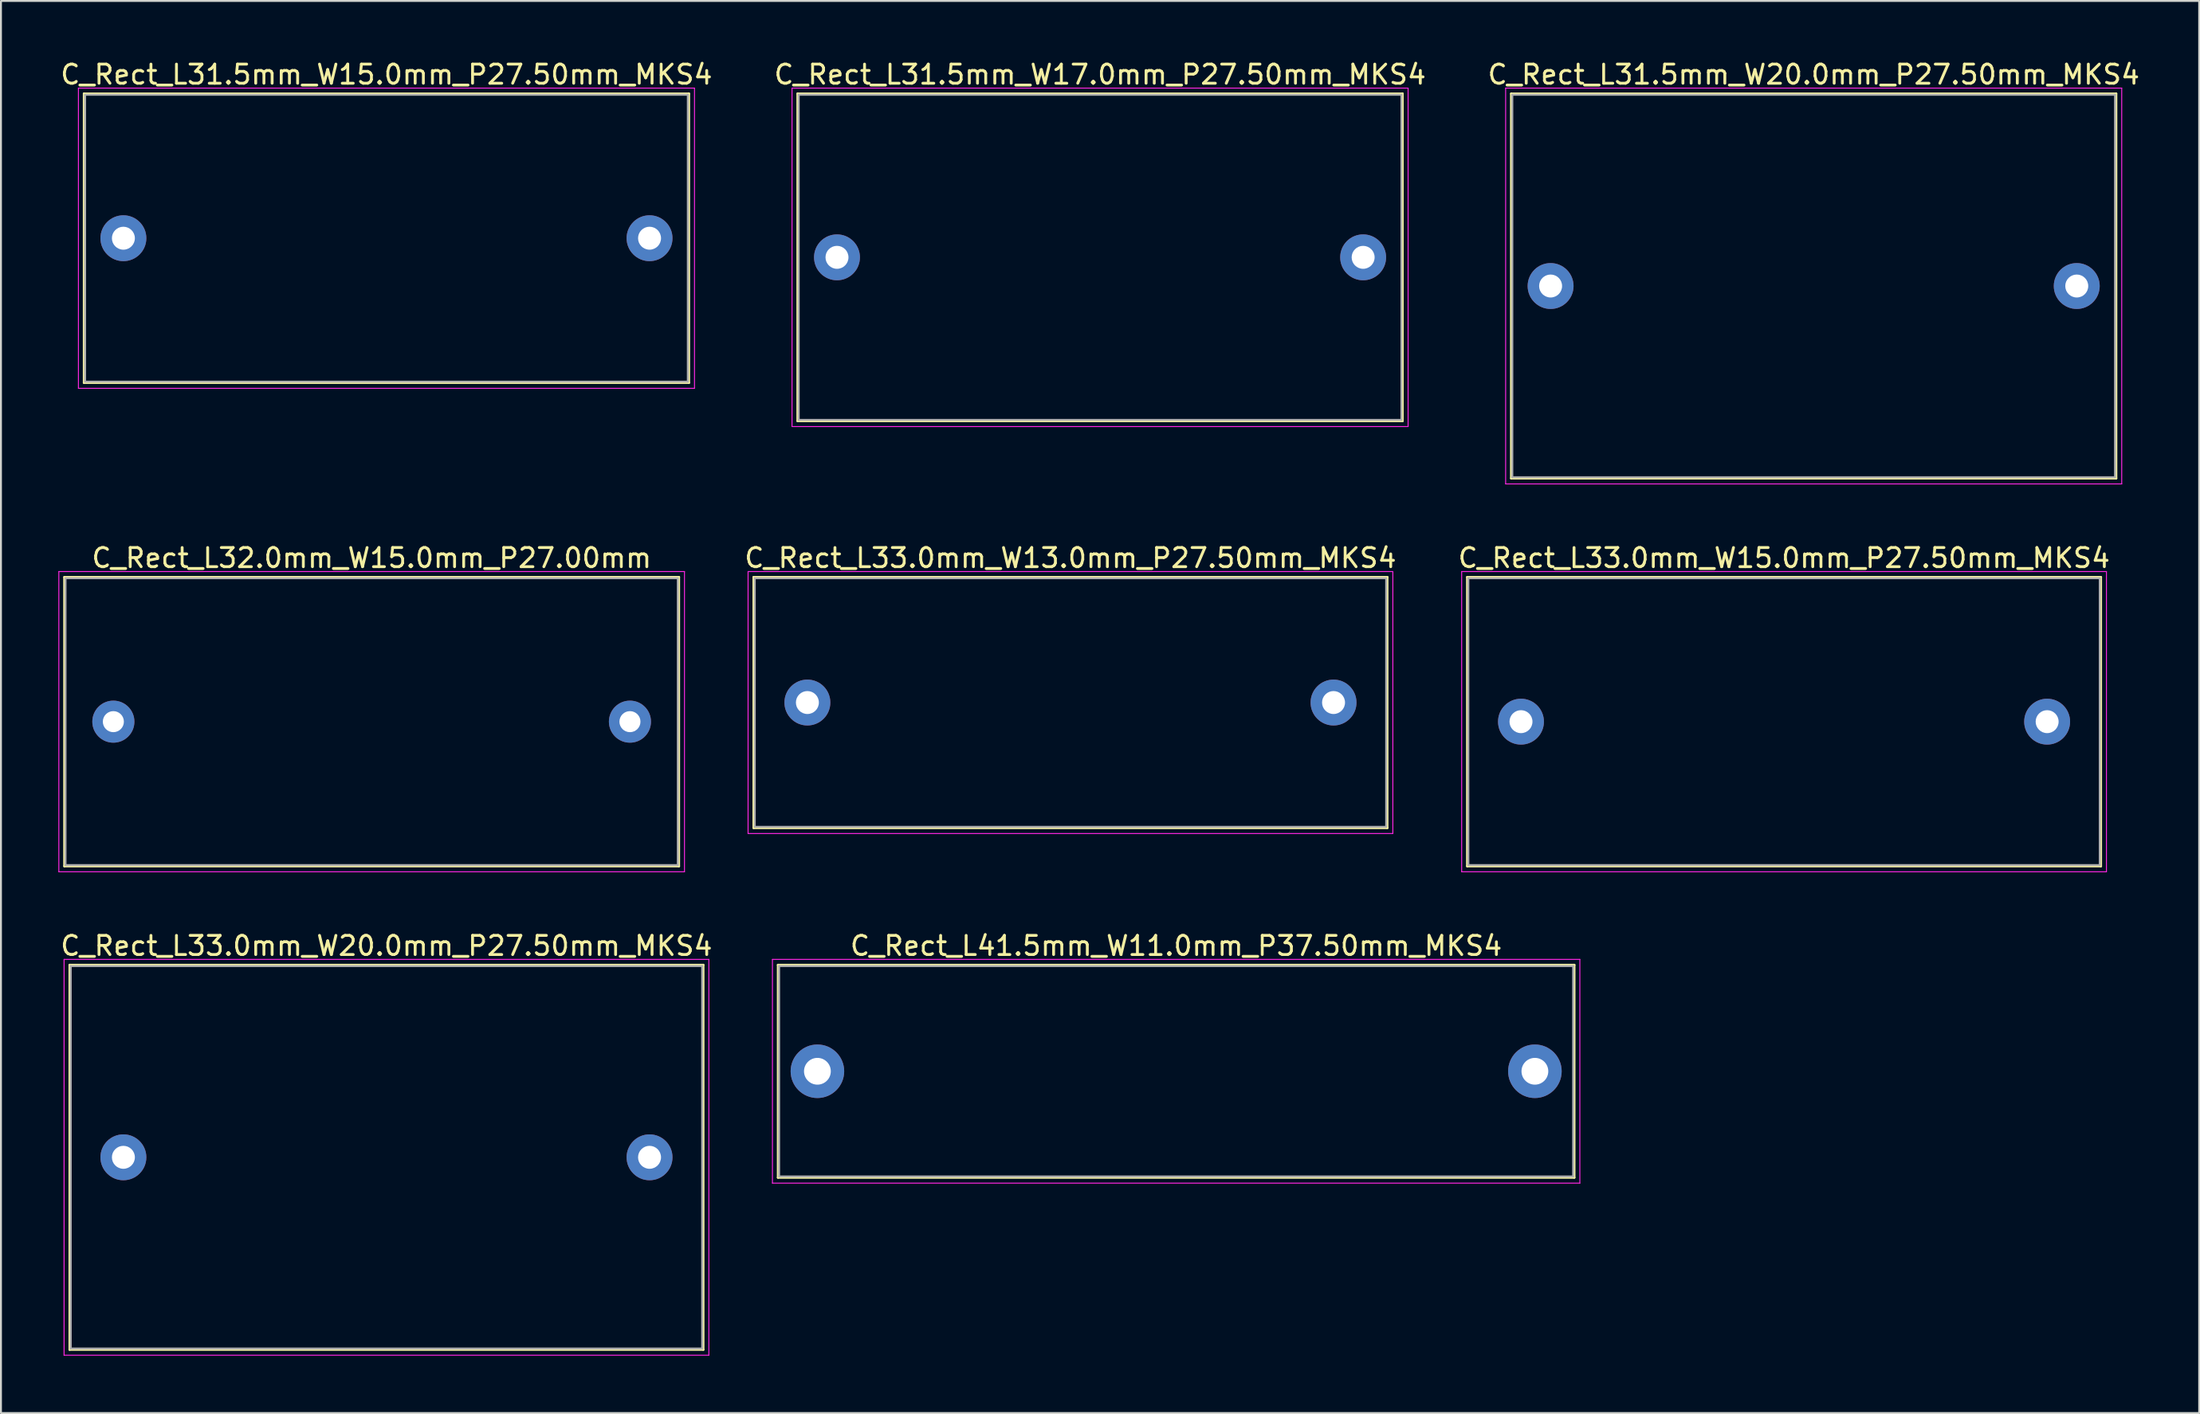
<source format=kicad_pcb>
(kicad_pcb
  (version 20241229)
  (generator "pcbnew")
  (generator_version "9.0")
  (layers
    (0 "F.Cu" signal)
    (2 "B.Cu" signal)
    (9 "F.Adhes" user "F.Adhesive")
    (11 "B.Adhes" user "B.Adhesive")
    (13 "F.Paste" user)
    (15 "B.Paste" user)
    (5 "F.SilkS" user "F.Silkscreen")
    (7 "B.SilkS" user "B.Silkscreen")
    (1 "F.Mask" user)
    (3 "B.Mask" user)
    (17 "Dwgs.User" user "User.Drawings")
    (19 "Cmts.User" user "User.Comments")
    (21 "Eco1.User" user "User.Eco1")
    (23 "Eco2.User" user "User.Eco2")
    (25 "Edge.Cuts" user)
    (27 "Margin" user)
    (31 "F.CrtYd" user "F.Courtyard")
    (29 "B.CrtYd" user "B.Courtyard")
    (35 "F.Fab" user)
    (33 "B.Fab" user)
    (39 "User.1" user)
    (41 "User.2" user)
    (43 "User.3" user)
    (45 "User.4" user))
  (footprint "C_Rect_L33.0mm_W20.0mm_P27.50mm_MKS4"
    (layer "F.Cu")
    (at 3.399 57.475)
    (property "Reference" "C_Rect_L33.0mm_W20.0mm_P27.50mm_MKS4" (at 13.75 -11.06 0) (layer "F.SilkS") (effects (font (size 1 1) (thickness 0.15))))
    (attr through_hole)
    (fp_line (start -2.81 -10.06) (end -2.81 10.06) (stroke (width 0.12) (type solid)) (layer "F.SilkS"))
    (fp_line (start -2.81 -10.06) (end 30.31 -10.06) (stroke (width 0.12) (type solid)) (layer "F.SilkS"))
    (fp_line (start -2.81 10.06) (end 30.31 10.06) (stroke (width 0.12) (type solid)) (layer "F.SilkS"))
    (fp_line (start 30.31 -10.06) (end 30.31 10.06) (stroke (width 0.12) (type solid)) (layer "F.SilkS"))
    (fp_line (start -3.1 -10.35) (end -3.1 10.35) (stroke (width 0.05) (type solid)) (layer "F.CrtYd"))
    (fp_line (start -3.1 10.35) (end 30.6 10.35) (stroke (width 0.05) (type solid)) (layer "F.CrtYd"))
    (fp_line (start 30.6 -10.35) (end -3.1 -10.35) (stroke (width 0.05) (type solid)) (layer "F.CrtYd"))
    (fp_line (start 30.6 10.35) (end 30.6 -10.35) (stroke (width 0.05) (type solid)) (layer "F.CrtYd"))
    (fp_line (start -2.75 -10) (end -2.75 10) (stroke (width 0.1) (type solid)) (layer "F.Fab"))
    (fp_line (start -2.75 10) (end 30.25 10) (stroke (width 0.1) (type solid)) (layer "F.Fab"))
    (fp_line (start 30.25 -10) (end -2.75 -10) (stroke (width 0.1) (type solid)) (layer "F.Fab"))
    (fp_line (start 30.25 10) (end 30.25 -10) (stroke (width 0.1) (type solid)) (layer "F.Fab"))
    (pad "1" thru_hole circle (at 0 0) (size 2.4 2.4) (drill 1.2) (layers "*.Cu" "*.Mask"))
    (pad "2" thru_hole circle (at 27.5 0) (size 2.4 2.4) (drill 1.2) (layers "*.Cu" "*.Mask")))
  (footprint "C_Rect_L33.0mm_W15.0mm_P27.50mm_MKS4"
    (layer "F.Cu")
    (at 76.446 34.691)
    (property "Reference" "C_Rect_L33.0mm_W15.0mm_P27.50mm_MKS4" (at 13.75 -8.56 0) (layer "F.SilkS") (effects (font (size 1 1) (thickness 0.15))))
    (attr through_hole)
    (fp_line (start -2.81 -7.56) (end -2.81 7.56) (stroke (width 0.12) (type solid)) (layer "F.SilkS"))
    (fp_line (start -2.81 -7.56) (end 30.31 -7.56) (stroke (width 0.12) (type solid)) (layer "F.SilkS"))
    (fp_line (start -2.81 7.56) (end 30.31 7.56) (stroke (width 0.12) (type solid)) (layer "F.SilkS"))
    (fp_line (start 30.31 -7.56) (end 30.31 7.56) (stroke (width 0.12) (type solid)) (layer "F.SilkS"))
    (fp_line (start -3.1 -7.85) (end -3.1 7.85) (stroke (width 0.05) (type solid)) (layer "F.CrtYd"))
    (fp_line (start -3.1 7.85) (end 30.6 7.85) (stroke (width 0.05) (type solid)) (layer "F.CrtYd"))
    (fp_line (start 30.6 -7.85) (end -3.1 -7.85) (stroke (width 0.05) (type solid)) (layer "F.CrtYd"))
    (fp_line (start 30.6 7.85) (end 30.6 -7.85) (stroke (width 0.05) (type solid)) (layer "F.CrtYd"))
    (fp_line (start -2.75 -7.5) (end -2.75 7.5) (stroke (width 0.1) (type solid)) (layer "F.Fab"))
    (fp_line (start -2.75 7.5) (end 30.25 7.5) (stroke (width 0.1) (type solid)) (layer "F.Fab"))
    (fp_line (start 30.25 -7.5) (end -2.75 -7.5) (stroke (width 0.1) (type solid)) (layer "F.Fab"))
    (fp_line (start 30.25 7.5) (end 30.25 -7.5) (stroke (width 0.1) (type solid)) (layer "F.Fab"))
    (pad "1" thru_hole circle (at 0 0) (size 2.4 2.4) (drill 1.2) (layers "*.Cu" "*.Mask"))
    (pad "2" thru_hole circle (at 27.5 0) (size 2.4 2.4) (drill 1.2) (layers "*.Cu" "*.Mask")))
  (footprint "C_Rect_L31.5mm_W17.0mm_P27.50mm_MKS4"
    (layer "F.Cu")
    (at 40.696 10.408)
    (property "Reference" "C_Rect_L31.5mm_W17.0mm_P27.50mm_MKS4" (at 13.75 -9.56 0) (layer "F.SilkS") (effects (font (size 1 1) (thickness 0.15))))
    (attr through_hole)
    (fp_line (start -2.06 -8.56) (end -2.06 8.56) (stroke (width 0.12) (type solid)) (layer "F.SilkS"))
    (fp_line (start -2.06 -8.56) (end 29.56 -8.56) (stroke (width 0.12) (type solid)) (layer "F.SilkS"))
    (fp_line (start -2.06 8.56) (end 29.56 8.56) (stroke (width 0.12) (type solid)) (layer "F.SilkS"))
    (fp_line (start 29.56 -8.56) (end 29.56 8.56) (stroke (width 0.12) (type solid)) (layer "F.SilkS"))
    (fp_line (start -2.35 -8.85) (end -2.35 8.85) (stroke (width 0.05) (type solid)) (layer "F.CrtYd"))
    (fp_line (start -2.35 8.85) (end 29.85 8.85) (stroke (width 0.05) (type solid)) (layer "F.CrtYd"))
    (fp_line (start 29.85 -8.85) (end -2.35 -8.85) (stroke (width 0.05) (type solid)) (layer "F.CrtYd"))
    (fp_line (start 29.85 8.85) (end 29.85 -8.85) (stroke (width 0.05) (type solid)) (layer "F.CrtYd"))
    (fp_line (start -2 -8.5) (end -2 8.5) (stroke (width 0.1) (type solid)) (layer "F.Fab"))
    (fp_line (start -2 8.5) (end 29.5 8.5) (stroke (width 0.1) (type solid)) (layer "F.Fab"))
    (fp_line (start 29.5 -8.5) (end -2 -8.5) (stroke (width 0.1) (type solid)) (layer "F.Fab"))
    (fp_line (start 29.5 8.5) (end 29.5 -8.5) (stroke (width 0.1) (type solid)) (layer "F.Fab"))
    (pad "1" thru_hole circle (at 0 0) (size 2.4 2.4) (drill 1.2) (layers "*.Cu" "*.Mask"))
    (pad "2" thru_hole circle (at 27.5 0) (size 2.4 2.4) (drill 1.2) (layers "*.Cu" "*.Mask")))
  (footprint "C_Rect_L32.0mm_W15.0mm_P27.00mm"
    (layer "F.Cu")
    (at 2.875 34.691)
    (property "Reference" "C_Rect_L32.0mm_W15.0mm_P27.00mm" (at 13.5 -8.56 0) (layer "F.SilkS") (effects (font (size 1 1) (thickness 0.15))))
    (attr through_hole)
    (fp_line (start -2.56 -7.56) (end -2.56 7.56) (stroke (width 0.12) (type solid)) (layer "F.SilkS"))
    (fp_line (start -2.56 -7.56) (end 29.56 -7.56) (stroke (width 0.12) (type solid)) (layer "F.SilkS"))
    (fp_line (start -2.56 7.56) (end 29.56 7.56) (stroke (width 0.12) (type solid)) (layer "F.SilkS"))
    (fp_line (start 29.56 -7.56) (end 29.56 7.56) (stroke (width 0.12) (type solid)) (layer "F.SilkS"))
    (fp_line (start -2.85 -7.85) (end -2.85 7.85) (stroke (width 0.05) (type solid)) (layer "F.CrtYd"))
    (fp_line (start -2.85 7.85) (end 29.85 7.85) (stroke (width 0.05) (type solid)) (layer "F.CrtYd"))
    (fp_line (start 29.85 -7.85) (end -2.85 -7.85) (stroke (width 0.05) (type solid)) (layer "F.CrtYd"))
    (fp_line (start 29.85 7.85) (end 29.85 -7.85) (stroke (width 0.05) (type solid)) (layer "F.CrtYd"))
    (fp_line (start -2.5 -7.5) (end -2.5 7.5) (stroke (width 0.1) (type solid)) (layer "F.Fab"))
    (fp_line (start -2.5 7.5) (end 29.5 7.5) (stroke (width 0.1) (type solid)) (layer "F.Fab"))
    (fp_line (start 29.5 -7.5) (end -2.5 -7.5) (stroke (width 0.1) (type solid)) (layer "F.Fab"))
    (fp_line (start 29.5 7.5) (end 29.5 -7.5) (stroke (width 0.1) (type solid)) (layer "F.Fab"))
    (pad "1" thru_hole circle (at 0 0) (size 2.2 2.2) (drill 1.1) (layers "*.Cu" "*.Mask"))
    (pad "2" thru_hole circle (at 27 0) (size 2.2 2.2) (drill 1.1) (layers "*.Cu" "*.Mask")))
  (footprint "C_Rect_L33.0mm_W13.0mm_P27.50mm_MKS4"
    (layer "F.Cu")
    (at 39.149 33.691)
    (property "Reference" "C_Rect_L33.0mm_W13.0mm_P27.50mm_MKS4" (at 13.75 -7.56 0) (layer "F.SilkS") (effects (font (size 1 1) (thickness 0.15))))
    (attr through_hole)
    (fp_line (start -2.81 -6.56) (end -2.81 6.56) (stroke (width 0.12) (type solid)) (layer "F.SilkS"))
    (fp_line (start -2.81 -6.56) (end 30.31 -6.56) (stroke (width 0.12) (type solid)) (layer "F.SilkS"))
    (fp_line (start -2.81 6.56) (end 30.31 6.56) (stroke (width 0.12) (type solid)) (layer "F.SilkS"))
    (fp_line (start 30.31 -6.56) (end 30.31 6.56) (stroke (width 0.12) (type solid)) (layer "F.SilkS"))
    (fp_line (start -3.1 -6.85) (end -3.1 6.85) (stroke (width 0.05) (type solid)) (layer "F.CrtYd"))
    (fp_line (start -3.1 6.85) (end 30.6 6.85) (stroke (width 0.05) (type solid)) (layer "F.CrtYd"))
    (fp_line (start 30.6 -6.85) (end -3.1 -6.85) (stroke (width 0.05) (type solid)) (layer "F.CrtYd"))
    (fp_line (start 30.6 6.85) (end 30.6 -6.85) (stroke (width 0.05) (type solid)) (layer "F.CrtYd"))
    (fp_line (start -2.75 -6.5) (end -2.75 6.5) (stroke (width 0.1) (type solid)) (layer "F.Fab"))
    (fp_line (start -2.75 6.5) (end 30.25 6.5) (stroke (width 0.1) (type solid)) (layer "F.Fab"))
    (fp_line (start 30.25 -6.5) (end -2.75 -6.5) (stroke (width 0.1) (type solid)) (layer "F.Fab"))
    (fp_line (start 30.25 6.5) (end 30.25 -6.5) (stroke (width 0.1) (type solid)) (layer "F.Fab"))
    (pad "1" thru_hole circle (at 0 0) (size 2.4 2.4) (drill 1.2) (layers "*.Cu" "*.Mask"))
    (pad "2" thru_hole circle (at 27.5 0) (size 2.4 2.4) (drill 1.2) (layers "*.Cu" "*.Mask")))
  (footprint "C_Rect_L41.5mm_W11.0mm_P37.50mm_MKS4"
    (layer "F.Cu")
    (at 39.673 52.975)
    (property "Reference" "C_Rect_L41.5mm_W11.0mm_P37.50mm_MKS4" (at 18.75 -6.56 0) (layer "F.SilkS") (effects (font (size 1 1) (thickness 0.15))))
    (attr through_hole)
    (fp_line (start -2.06 -5.56) (end -2.06 5.56) (stroke (width 0.12) (type solid)) (layer "F.SilkS"))
    (fp_line (start -2.06 -5.56) (end 39.56 -5.56) (stroke (width 0.12) (type solid)) (layer "F.SilkS"))
    (fp_line (start -2.06 5.56) (end 39.56 5.56) (stroke (width 0.12) (type solid)) (layer "F.SilkS"))
    (fp_line (start 39.56 -5.56) (end 39.56 5.56) (stroke (width 0.12) (type solid)) (layer "F.SilkS"))
    (fp_line (start -2.35 -5.85) (end -2.35 5.85) (stroke (width 0.05) (type solid)) (layer "F.CrtYd"))
    (fp_line (start -2.35 5.85) (end 39.85 5.85) (stroke (width 0.05) (type solid)) (layer "F.CrtYd"))
    (fp_line (start 39.85 -5.85) (end -2.35 -5.85) (stroke (width 0.05) (type solid)) (layer "F.CrtYd"))
    (fp_line (start 39.85 5.85) (end 39.85 -5.85) (stroke (width 0.05) (type solid)) (layer "F.CrtYd"))
    (fp_line (start -2 -5.5) (end -2 5.5) (stroke (width 0.1) (type solid)) (layer "F.Fab"))
    (fp_line (start -2 5.5) (end 39.5 5.5) (stroke (width 0.1) (type solid)) (layer "F.Fab"))
    (fp_line (start 39.5 -5.5) (end -2 -5.5) (stroke (width 0.1) (type solid)) (layer "F.Fab"))
    (fp_line (start 39.5 5.5) (end 39.5 -5.5) (stroke (width 0.1) (type solid)) (layer "F.Fab"))
    (pad "1" thru_hole circle (at 0 0) (size 2.8 2.8) (drill 1.4) (layers "*.Cu" "*.Mask"))
    (pad "2" thru_hole circle (at 37.5 0) (size 2.8 2.8) (drill 1.4) (layers "*.Cu" "*.Mask")))
  (footprint "C_Rect_L31.5mm_W15.0mm_P27.50mm_MKS4"
    (layer "F.Cu")
    (at 3.399 9.408)
    (property "Reference" "C_Rect_L31.5mm_W15.0mm_P27.50mm_MKS4" (at 13.75 -8.56 0) (layer "F.SilkS") (effects (font (size 1 1) (thickness 0.15))))
    (attr through_hole)
    (fp_line (start -2.06 -7.56) (end -2.06 7.56) (stroke (width 0.12) (type solid)) (layer "F.SilkS"))
    (fp_line (start -2.06 -7.56) (end 29.56 -7.56) (stroke (width 0.12) (type solid)) (layer "F.SilkS"))
    (fp_line (start -2.06 7.56) (end 29.56 7.56) (stroke (width 0.12) (type solid)) (layer "F.SilkS"))
    (fp_line (start 29.56 -7.56) (end 29.56 7.56) (stroke (width 0.12) (type solid)) (layer "F.SilkS"))
    (fp_line (start -2.35 -7.85) (end -2.35 7.85) (stroke (width 0.05) (type solid)) (layer "F.CrtYd"))
    (fp_line (start -2.35 7.85) (end 29.85 7.85) (stroke (width 0.05) (type solid)) (layer "F.CrtYd"))
    (fp_line (start 29.85 -7.85) (end -2.35 -7.85) (stroke (width 0.05) (type solid)) (layer "F.CrtYd"))
    (fp_line (start 29.85 7.85) (end 29.85 -7.85) (stroke (width 0.05) (type solid)) (layer "F.CrtYd"))
    (fp_line (start -2 -7.5) (end -2 7.5) (stroke (width 0.1) (type solid)) (layer "F.Fab"))
    (fp_line (start -2 7.5) (end 29.5 7.5) (stroke (width 0.1) (type solid)) (layer "F.Fab"))
    (fp_line (start 29.5 -7.5) (end -2 -7.5) (stroke (width 0.1) (type solid)) (layer "F.Fab"))
    (fp_line (start 29.5 7.5) (end 29.5 -7.5) (stroke (width 0.1) (type solid)) (layer "F.Fab"))
    (pad "1" thru_hole circle (at 0 0) (size 2.4 2.4) (drill 1.2) (layers "*.Cu" "*.Mask"))
    (pad "2" thru_hole circle (at 27.5 0) (size 2.4 2.4) (drill 1.2) (layers "*.Cu" "*.Mask")))
  (footprint "C_Rect_L31.5mm_W20.0mm_P27.50mm_MKS4"
    (layer "F.Cu")
    (at 77.994 11.908)
    (property "Reference" "C_Rect_L31.5mm_W20.0mm_P27.50mm_MKS4" (at 13.75 -11.06 0) (layer "F.SilkS") (effects (font (size 1 1) (thickness 0.15))))
    (attr through_hole)
    (fp_line (start -2.06 -10.06) (end -2.06 10.06) (stroke (width 0.12) (type solid)) (layer "F.SilkS"))
    (fp_line (start -2.06 -10.06) (end 29.56 -10.06) (stroke (width 0.12) (type solid)) (layer "F.SilkS"))
    (fp_line (start -2.06 10.06) (end 29.56 10.06) (stroke (width 0.12) (type solid)) (layer "F.SilkS"))
    (fp_line (start 29.56 -10.06) (end 29.56 10.06) (stroke (width 0.12) (type solid)) (layer "F.SilkS"))
    (fp_line (start -2.35 -10.35) (end -2.35 10.35) (stroke (width 0.05) (type solid)) (layer "F.CrtYd"))
    (fp_line (start -2.35 10.35) (end 29.85 10.35) (stroke (width 0.05) (type solid)) (layer "F.CrtYd"))
    (fp_line (start 29.85 -10.35) (end -2.35 -10.35) (stroke (width 0.05) (type solid)) (layer "F.CrtYd"))
    (fp_line (start 29.85 10.35) (end 29.85 -10.35) (stroke (width 0.05) (type solid)) (layer "F.CrtYd"))
    (fp_line (start -2 -10) (end -2 10) (stroke (width 0.1) (type solid)) (layer "F.Fab"))
    (fp_line (start -2 10) (end 29.5 10) (stroke (width 0.1) (type solid)) (layer "F.Fab"))
    (fp_line (start 29.5 -10) (end -2 -10) (stroke (width 0.1) (type solid)) (layer "F.Fab"))
    (fp_line (start 29.5 10) (end 29.5 -10) (stroke (width 0.1) (type solid)) (layer "F.Fab"))
    (pad "1" thru_hole circle (at 0 0) (size 2.4 2.4) (drill 1.2) (layers "*.Cu" "*.Mask"))
    (pad "2" thru_hole circle (at 27.5 0) (size 2.4 2.4) (drill 1.2) (layers "*.Cu" "*.Mask")))
  (gr_rect
    (start -3 -3)
    (end 111.893 70.85)
    (stroke (width 0.1) (type default))
    (fill no)
    (layer "Edge.Cuts")))
</source>
